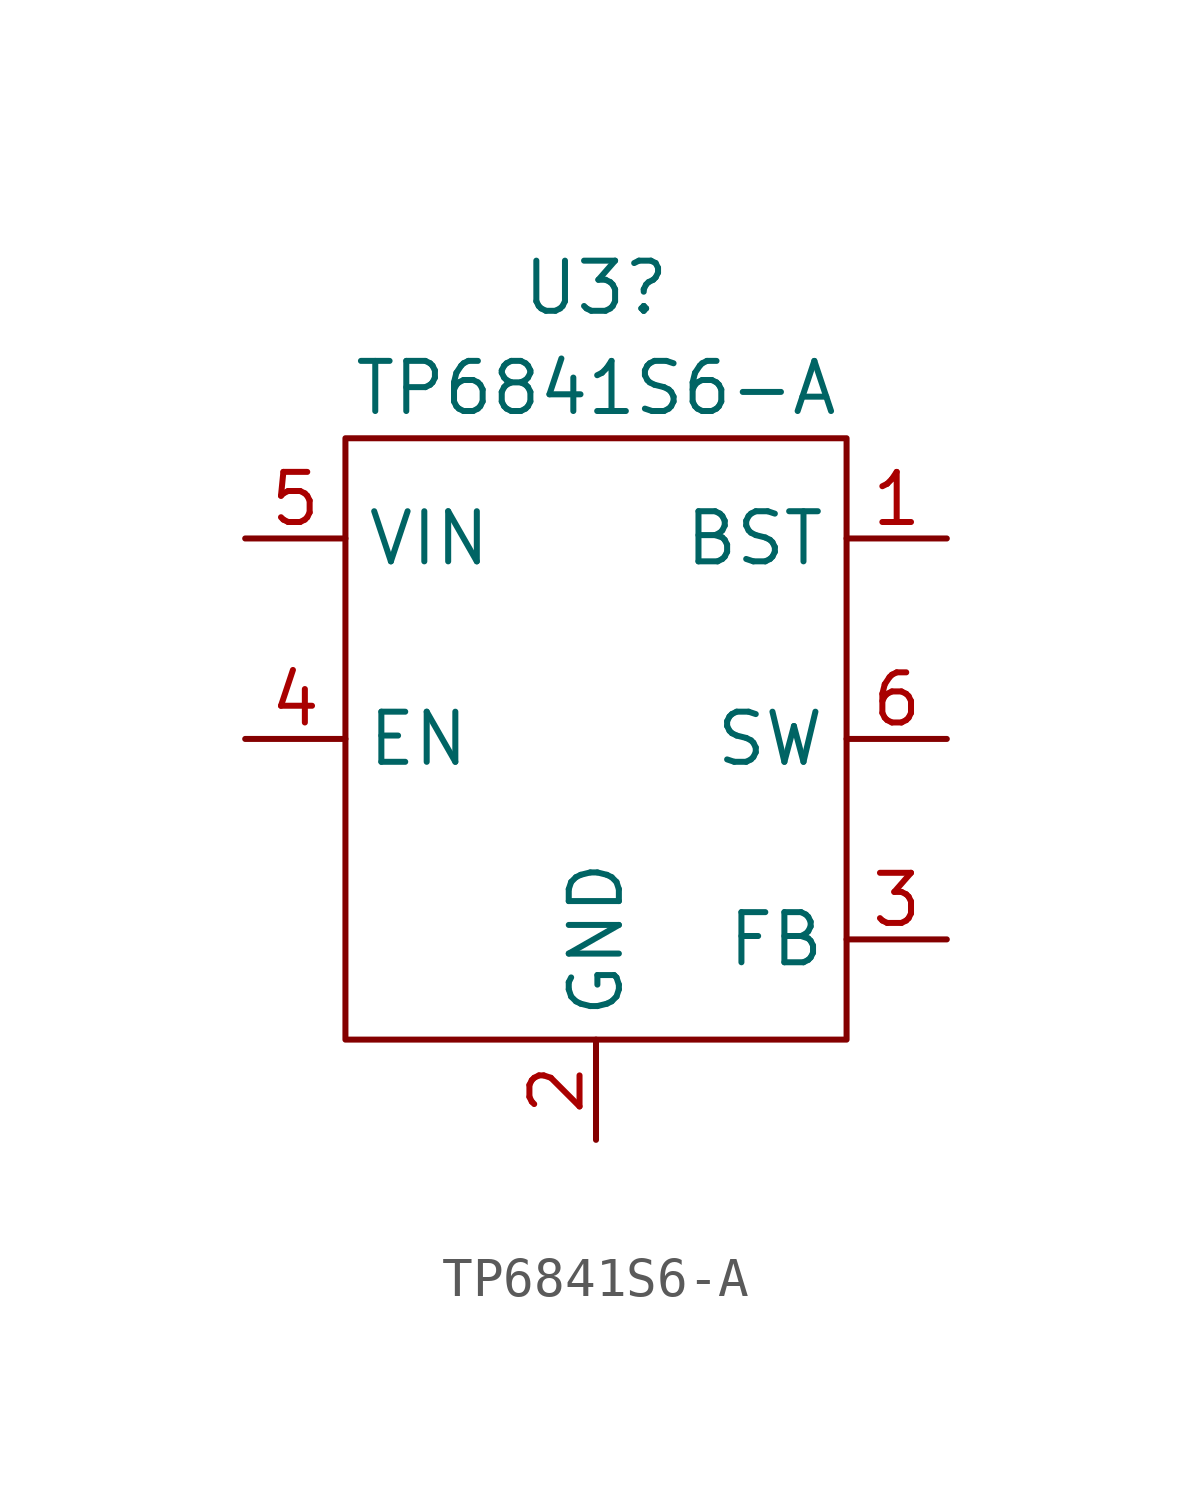
<source format=kicad_sym>
(kicad_symbol_lib
  (version 20211014)
  (generator kicad_symbol_editor)
  (symbol "TP6841S6-A"
    (property "Reference" "U3"
      (at 0 11.43 0)
      (effects (font (size 1.27 1.27))))
    (property "Value" "TP6841S6-A"
      (at 0 8.89 0)
      (effects (font (size 1.27 1.27))))
    (symbol "TP6841S6-A_0_1"
      (rectangle (start -6.35 7.62) (end 6.35 -7.62) (stroke (width 0) (type default) (color 0 0 0 0)) (fill (type none))))
    (symbol "TP6841S6-A_1_1"
      (pin input line (at 8.89 5.08 180) (length 2.54) (name "BST" (effects (font (size 1.27 1.27)))) (number "1" (effects (font (size 1.27 1.27)))))
      (pin power_in line (at 0 -10.16 90) (length 2.54) (name "GND" (effects (font (size 1.27 1.27)))) (number "2" (effects (font (size 1.27 1.27)))))
      (pin input line (at 8.89 -5.08 180) (length 2.54) (name "FB" (effects (font (size 1.27 1.27)))) (number "3" (effects (font (size 1.27 1.27)))))
      (pin input line (at -8.89 0 0) (length 2.54) (name "EN" (effects (font (size 1.27 1.27)))) (number "4" (effects (font (size 1.27 1.27)))))
      (pin power_in line (at -8.89 5.08 0) (length 2.54) (name "VIN" (effects (font (size 1.27 1.27)))) (number "5" (effects (font (size 1.27 1.27)))))
      (pin output line (at 8.89 0 180) (length 2.54) (name "SW" (effects (font (size 1.27 1.27)))) (number "6" (effects (font (size 1.27 1.27))))))))
</source>
